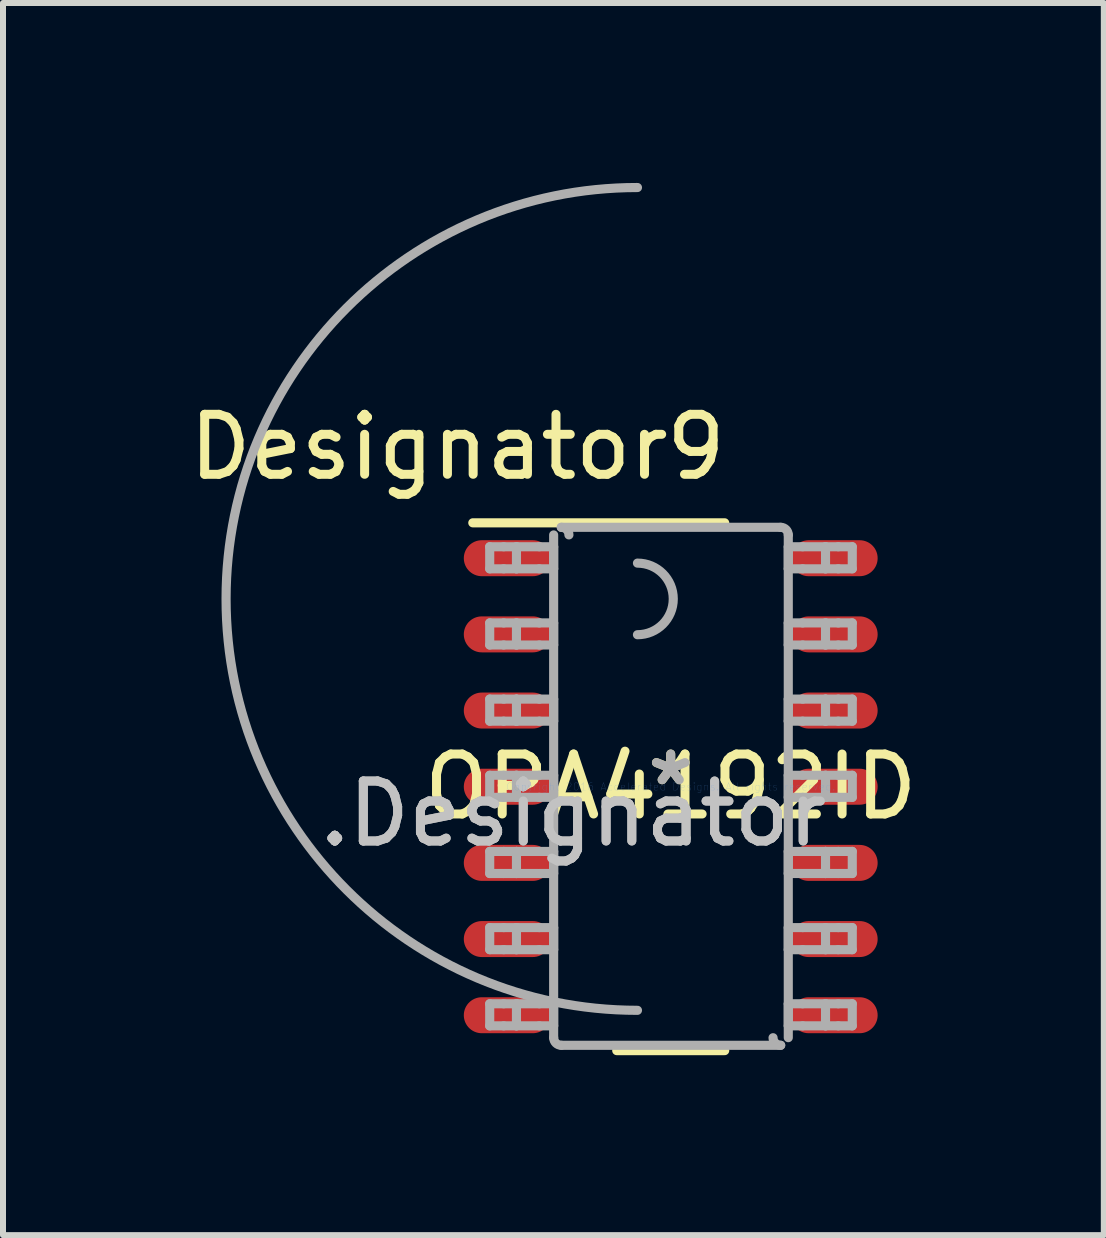
<source format=kicad_pcb>
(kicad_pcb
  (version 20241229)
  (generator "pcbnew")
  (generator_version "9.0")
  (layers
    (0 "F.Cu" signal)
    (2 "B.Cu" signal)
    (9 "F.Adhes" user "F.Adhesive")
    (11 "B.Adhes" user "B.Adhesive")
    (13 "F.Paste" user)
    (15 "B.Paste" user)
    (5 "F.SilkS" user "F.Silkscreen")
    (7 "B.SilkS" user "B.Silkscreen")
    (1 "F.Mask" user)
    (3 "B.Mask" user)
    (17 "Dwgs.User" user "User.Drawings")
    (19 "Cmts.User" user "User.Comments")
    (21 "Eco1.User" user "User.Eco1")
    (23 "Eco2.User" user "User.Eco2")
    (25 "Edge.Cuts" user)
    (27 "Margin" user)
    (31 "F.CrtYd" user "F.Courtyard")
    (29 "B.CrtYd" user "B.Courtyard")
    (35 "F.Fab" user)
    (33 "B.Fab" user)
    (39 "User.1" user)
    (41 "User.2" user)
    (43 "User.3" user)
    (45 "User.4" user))
  (footprint "OPA4192ID"
    (layer "F.Cu")
    (at 8.133 10.067)
    (property "Reference" "OPA4192ID" (at 0 0 0) (layer "F.SilkS") (effects (font (size 1 1) (thickness 0.15))))
    (attr through_hole)
    (fp_line (start -3.3 -4.4) (end 0.9 -4.4) (stroke (width 0.152) (type solid)) (layer "F.SilkS"))
    (fp_line (start -0.9 4.4) (end 0.9 4.4) (stroke (width 0.152) (type solid)) (layer "F.SilkS"))
    (fp_line (start -3.018 -4.001) (end -2.785 -4.001) (stroke (width 0.152) (type solid)) (layer "F.Fab"))
    (fp_line (start -3.018 -3.633) (end -3.018 -4.001) (stroke (width 0.152) (type solid)) (layer "F.Fab"))
    (fp_line (start -3.018 -3.633) (end -2.785 -3.633) (stroke (width 0.152) (type solid)) (layer "F.Fab"))
    (fp_line (start -3.018 -2.731) (end -2.785 -2.731) (stroke (width 0.152) (type solid)) (layer "F.Fab"))
    (fp_line (start -3.018 -2.363) (end -3.018 -2.731) (stroke (width 0.152) (type solid)) (layer "F.Fab"))
    (fp_line (start -3.018 -2.363) (end -2.785 -2.363) (stroke (width 0.152) (type solid)) (layer "F.Fab"))
    (fp_line (start -3.018 -1.461) (end -2.785 -1.461) (stroke (width 0.152) (type solid)) (layer "F.Fab"))
    (fp_line (start -3.018 -1.093) (end -3.018 -1.461) (stroke (width 0.152) (type solid)) (layer "F.Fab"))
    (fp_line (start -3.018 -1.093) (end -2.785 -1.093) (stroke (width 0.152) (type solid)) (layer "F.Fab"))
    (fp_line (start -3.018 -0.191) (end -2.785 -0.191) (stroke (width 0.152) (type solid)) (layer "F.Fab"))
    (fp_line (start -3.018 0.177) (end -3.018 -0.191) (stroke (width 0.152) (type solid)) (layer "F.Fab"))
    (fp_line (start -3.018 0.177) (end -2.785 0.177) (stroke (width 0.152) (type solid)) (layer "F.Fab"))
    (fp_line (start -3.018 1.079) (end -2.785 1.079) (stroke (width 0.152) (type solid)) (layer "F.Fab"))
    (fp_line (start -3.018 1.447) (end -3.018 1.079) (stroke (width 0.152) (type solid)) (layer "F.Fab"))
    (fp_line (start -3.018 1.447) (end -2.785 1.447) (stroke (width 0.152) (type solid)) (layer "F.Fab"))
    (fp_line (start -3.018 2.349) (end -2.785 2.349) (stroke (width 0.152) (type solid)) (layer "F.Fab"))
    (fp_line (start -3.018 2.717) (end -3.018 2.349) (stroke (width 0.152) (type solid)) (layer "F.Fab"))
    (fp_line (start -3.018 2.717) (end -2.785 2.717) (stroke (width 0.152) (type solid)) (layer "F.Fab"))
    (fp_line (start -3.018 3.619) (end -2.785 3.619) (stroke (width 0.152) (type solid)) (layer "F.Fab"))
    (fp_line (start -3.018 3.987) (end -3.018 3.619) (stroke (width 0.152) (type solid)) (layer "F.Fab"))
    (fp_line (start -3.018 3.987) (end -2.785 3.987) (stroke (width 0.152) (type solid)) (layer "F.Fab"))
    (fp_line (start -2.785 -4.001) (end -2.572 -4.001) (stroke (width 0.152) (type solid)) (layer "F.Fab"))
    (fp_line (start -2.785 -3.633) (end -2.572 -3.633) (stroke (width 0.152) (type solid)) (layer "F.Fab"))
    (fp_line (start -2.785 -2.731) (end -2.572 -2.731) (stroke (width 0.152) (type solid)) (layer "F.Fab"))
    (fp_line (start -2.785 -2.363) (end -2.572 -2.363) (stroke (width 0.152) (type solid)) (layer "F.Fab"))
    (fp_line (start -2.785 -1.461) (end -2.572 -1.461) (stroke (width 0.152) (type solid)) (layer "F.Fab"))
    (fp_line (start -2.785 -1.093) (end -2.572 -1.093) (stroke (width 0.152) (type solid)) (layer "F.Fab"))
    (fp_line (start -2.785 -0.191) (end -2.572 -0.191) (stroke (width 0.152) (type solid)) (layer "F.Fab"))
    (fp_line (start -2.785 0.177) (end -2.572 0.177) (stroke (width 0.152) (type solid)) (layer "F.Fab"))
    (fp_line (start -2.785 1.079) (end -2.572 1.079) (stroke (width 0.152) (type solid)) (layer "F.Fab"))
    (fp_line (start -2.785 1.447) (end -2.572 1.447) (stroke (width 0.152) (type solid)) (layer "F.Fab"))
    (fp_line (start -2.785 2.349) (end -2.572 2.349) (stroke (width 0.152) (type solid)) (layer "F.Fab"))
    (fp_line (start -2.785 2.717) (end -2.572 2.717) (stroke (width 0.152) (type solid)) (layer "F.Fab"))
    (fp_line (start -2.785 3.619) (end -2.572 3.619) (stroke (width 0.152) (type solid)) (layer "F.Fab"))
    (fp_line (start -2.785 3.987) (end -2.572 3.987) (stroke (width 0.152) (type solid)) (layer "F.Fab"))
    (fp_line (start -2.572 -4.001) (end -2.191 -4.001) (stroke (width 0.152) (type solid)) (layer "F.Fab"))
    (fp_line (start -2.572 -3.633) (end -2.572 -4.001) (stroke (width 0.152) (type solid)) (layer "F.Fab"))
    (fp_line (start -2.572 -3.633) (end -2.191 -3.633) (stroke (width 0.152) (type solid)) (layer "F.Fab"))
    (fp_line (start -2.572 -2.731) (end -2.191 -2.731) (stroke (width 0.152) (type solid)) (layer "F.Fab"))
    (fp_line (start -2.572 -2.363) (end -2.572 -2.731) (stroke (width 0.152) (type solid)) (layer "F.Fab"))
    (fp_line (start -2.572 -2.363) (end -2.191 -2.363) (stroke (width 0.152) (type solid)) (layer "F.Fab"))
    (fp_line (start -2.572 -1.461) (end -2.191 -1.461) (stroke (width 0.152) (type solid)) (layer "F.Fab"))
    (fp_line (start -2.572 -1.093) (end -2.572 -1.461) (stroke (width 0.152) (type solid)) (layer "F.Fab"))
    (fp_line (start -2.572 -1.093) (end -2.191 -1.093) (stroke (width 0.152) (type solid)) (layer "F.Fab"))
    (fp_line (start -2.572 -0.191) (end -2.191 -0.191) (stroke (width 0.152) (type solid)) (layer "F.Fab"))
    (fp_line (start -2.572 0.177) (end -2.572 -0.191) (stroke (width 0.152) (type solid)) (layer "F.Fab"))
    (fp_line (start -2.572 0.177) (end -2.191 0.177) (stroke (width 0.152) (type solid)) (layer "F.Fab"))
    (fp_line (start -2.572 1.079) (end -2.191 1.079) (stroke (width 0.152) (type solid)) (layer "F.Fab"))
    (fp_line (start -2.572 1.447) (end -2.572 1.079) (stroke (width 0.152) (type solid)) (layer "F.Fab"))
    (fp_line (start -2.572 1.447) (end -2.191 1.447) (stroke (width 0.152) (type solid)) (layer "F.Fab"))
    (fp_line (start -2.572 2.349) (end -2.191 2.349) (stroke (width 0.152) (type solid)) (layer "F.Fab"))
    (fp_line (start -2.572 2.717) (end -2.572 2.349) (stroke (width 0.152) (type solid)) (layer "F.Fab"))
    (fp_line (start -2.572 2.717) (end -2.191 2.717) (stroke (width 0.152) (type solid)) (layer "F.Fab"))
    (fp_line (start -2.572 3.619) (end -2.191 3.619) (stroke (width 0.152) (type solid)) (layer "F.Fab"))
    (fp_line (start -2.572 3.987) (end -2.572 3.619) (stroke (width 0.152) (type solid)) (layer "F.Fab"))
    (fp_line (start -2.572 3.987) (end -2.191 3.987) (stroke (width 0.152) (type solid)) (layer "F.Fab"))
    (fp_line (start -2.191 -4.001) (end -1.952 -4.001) (stroke (width 0.152) (type solid)) (layer "F.Fab"))
    (fp_line (start -2.191 -3.633) (end -1.952 -3.633) (stroke (width 0.152) (type solid)) (layer "F.Fab"))
    (fp_line (start -2.191 -2.731) (end -1.952 -2.731) (stroke (width 0.152) (type solid)) (layer "F.Fab"))
    (fp_line (start -2.191 -2.363) (end -1.952 -2.363) (stroke (width 0.152) (type solid)) (layer "F.Fab"))
    (fp_line (start -2.191 -1.461) (end -1.952 -1.461) (stroke (width 0.152) (type solid)) (layer "F.Fab"))
    (fp_line (start -2.191 -1.093) (end -1.952 -1.093) (stroke (width 0.152) (type solid)) (layer "F.Fab"))
    (fp_line (start -2.191 -0.191) (end -1.952 -0.191) (stroke (width 0.152) (type solid)) (layer "F.Fab"))
    (fp_line (start -2.191 0.177) (end -1.952 0.177) (stroke (width 0.152) (type solid)) (layer "F.Fab"))
    (fp_line (start -2.191 1.079) (end -1.952 1.079) (stroke (width 0.152) (type solid)) (layer "F.Fab"))
    (fp_line (start -2.191 1.447) (end -1.952 1.447) (stroke (width 0.152) (type solid)) (layer "F.Fab"))
    (fp_line (start -2.191 2.349) (end -1.952 2.349) (stroke (width 0.152) (type solid)) (layer "F.Fab"))
    (fp_line (start -2.191 2.717) (end -1.952 2.717) (stroke (width 0.152) (type solid)) (layer "F.Fab"))
    (fp_line (start -2.191 3.619) (end -1.952 3.619) (stroke (width 0.152) (type solid)) (layer "F.Fab"))
    (fp_line (start -2.191 3.987) (end -1.952 3.987) (stroke (width 0.152) (type solid)) (layer "F.Fab"))
    (fp_line (start -1.952 -3.633) (end -1.952 -4.001) (stroke (width 0.152) (type solid)) (layer "F.Fab"))
    (fp_line (start -1.952 -2.363) (end -1.952 -2.731) (stroke (width 0.152) (type solid)) (layer "F.Fab"))
    (fp_line (start -1.952 -1.093) (end -1.952 -1.461) (stroke (width 0.152) (type solid)) (layer "F.Fab"))
    (fp_line (start -1.952 0.177) (end -1.952 -0.191) (stroke (width 0.152) (type solid)) (layer "F.Fab"))
    (fp_line (start -1.952 1.447) (end -1.952 1.079) (stroke (width 0.152) (type solid)) (layer "F.Fab"))
    (fp_line (start -1.952 2.717) (end -1.952 2.349) (stroke (width 0.152) (type solid)) (layer "F.Fab"))
    (fp_line (start -1.952 3.987) (end -1.952 3.619) (stroke (width 0.152) (type solid)) (layer "F.Fab"))
    (fp_line (start -1.952 4.184) (end -1.952 -4.198) (stroke (width 0.152) (type solid)) (layer "F.Fab"))
    (fp_line (start -1.825 -4.325) (end 1.834 -4.325) (stroke (width 0.152) (type solid)) (layer "F.Fab"))
    (fp_line (start -1.825 4.311) (end 1.834 4.311) (stroke (width 0.152) (type solid)) (layer "F.Fab"))
    (fp_line (start 1.96 -4.001) (end 2.2 -4.001) (stroke (width 0.152) (type solid)) (layer "F.Fab"))
    (fp_line (start 1.96 -3.633) (end 1.96 -4.001) (stroke (width 0.152) (type solid)) (layer "F.Fab"))
    (fp_line (start 1.96 -3.633) (end 2.2 -3.633) (stroke (width 0.152) (type solid)) (layer "F.Fab"))
    (fp_line (start 1.96 -2.731) (end 2.2 -2.731) (stroke (width 0.152) (type solid)) (layer "F.Fab"))
    (fp_line (start 1.96 -2.363) (end 1.96 -2.731) (stroke (width 0.152) (type solid)) (layer "F.Fab"))
    (fp_line (start 1.96 -2.363) (end 2.2 -2.363) (stroke (width 0.152) (type solid)) (layer "F.Fab"))
    (fp_line (start 1.96 -1.461) (end 2.2 -1.461) (stroke (width 0.152) (type solid)) (layer "F.Fab"))
    (fp_line (start 1.96 -1.093) (end 1.96 -1.461) (stroke (width 0.152) (type solid)) (layer "F.Fab"))
    (fp_line (start 1.96 -1.093) (end 2.2 -1.093) (stroke (width 0.152) (type solid)) (layer "F.Fab"))
    (fp_line (start 1.96 -0.191) (end 2.2 -0.191) (stroke (width 0.152) (type solid)) (layer "F.Fab"))
    (fp_line (start 1.96 0.177) (end 1.96 -0.191) (stroke (width 0.152) (type solid)) (layer "F.Fab"))
    (fp_line (start 1.96 0.177) (end 2.2 0.177) (stroke (width 0.152) (type solid)) (layer "F.Fab"))
    (fp_line (start 1.96 1.079) (end 2.2 1.079) (stroke (width 0.152) (type solid)) (layer "F.Fab"))
    (fp_line (start 1.96 1.447) (end 1.96 1.079) (stroke (width 0.152) (type solid)) (layer "F.Fab"))
    (fp_line (start 1.96 1.447) (end 2.2 1.447) (stroke (width 0.152) (type solid)) (layer "F.Fab"))
    (fp_line (start 1.96 2.349) (end 2.2 2.349) (stroke (width 0.152) (type solid)) (layer "F.Fab"))
    (fp_line (start 1.96 2.717) (end 1.96 2.349) (stroke (width 0.152) (type solid)) (layer "F.Fab"))
    (fp_line (start 1.96 2.717) (end 2.2 2.717) (stroke (width 0.152) (type solid)) (layer "F.Fab"))
    (fp_line (start 1.96 3.619) (end 2.2 3.619) (stroke (width 0.152) (type solid)) (layer "F.Fab"))
    (fp_line (start 1.96 3.987) (end 1.96 3.619) (stroke (width 0.152) (type solid)) (layer "F.Fab"))
    (fp_line (start 1.96 3.987) (end 2.2 3.987) (stroke (width 0.152) (type solid)) (layer "F.Fab"))
    (fp_line (start 1.96 4.184) (end 1.96 -4.198) (stroke (width 0.152) (type solid)) (layer "F.Fab"))
    (fp_line (start 2.2 -4.001) (end 2.581 -4.001) (stroke (width 0.152) (type solid)) (layer "F.Fab"))
    (fp_line (start 2.2 -3.633) (end 2.581 -3.633) (stroke (width 0.152) (type solid)) (layer "F.Fab"))
    (fp_line (start 2.2 -2.731) (end 2.581 -2.731) (stroke (width 0.152) (type solid)) (layer "F.Fab"))
    (fp_line (start 2.2 -2.363) (end 2.581 -2.363) (stroke (width 0.152) (type solid)) (layer "F.Fab"))
    (fp_line (start 2.2 -1.461) (end 2.581 -1.461) (stroke (width 0.152) (type solid)) (layer "F.Fab"))
    (fp_line (start 2.2 -1.093) (end 2.581 -1.093) (stroke (width 0.152) (type solid)) (layer "F.Fab"))
    (fp_line (start 2.2 -0.191) (end 2.581 -0.191) (stroke (width 0.152) (type solid)) (layer "F.Fab"))
    (fp_line (start 2.2 0.177) (end 2.581 0.177) (stroke (width 0.152) (type solid)) (layer "F.Fab"))
    (fp_line (start 2.2 1.079) (end 2.581 1.079) (stroke (width 0.152) (type solid)) (layer "F.Fab"))
    (fp_line (start 2.2 1.447) (end 2.581 1.447) (stroke (width 0.152) (type solid)) (layer "F.Fab"))
    (fp_line (start 2.2 2.349) (end 2.581 2.349) (stroke (width 0.152) (type solid)) (layer "F.Fab"))
    (fp_line (start 2.2 2.717) (end 2.581 2.717) (stroke (width 0.152) (type solid)) (layer "F.Fab"))
    (fp_line (start 2.2 3.619) (end 2.581 3.619) (stroke (width 0.152) (type solid)) (layer "F.Fab"))
    (fp_line (start 2.2 3.987) (end 2.581 3.987) (stroke (width 0.152) (type solid)) (layer "F.Fab"))
    (fp_line (start 2.581 -4.001) (end 2.794 -4.001) (stroke (width 0.152) (type solid)) (layer "F.Fab"))
    (fp_line (start 2.581 -3.633) (end 2.581 -4.001) (stroke (width 0.152) (type solid)) (layer "F.Fab"))
    (fp_line (start 2.581 -3.633) (end 2.794 -3.633) (stroke (width 0.152) (type solid)) (layer "F.Fab"))
    (fp_line (start 2.581 -2.731) (end 2.794 -2.731) (stroke (width 0.152) (type solid)) (layer "F.Fab"))
    (fp_line (start 2.581 -2.363) (end 2.581 -2.731) (stroke (width 0.152) (type solid)) (layer "F.Fab"))
    (fp_line (start 2.581 -2.363) (end 2.794 -2.363) (stroke (width 0.152) (type solid)) (layer "F.Fab"))
    (fp_line (start 2.581 -1.461) (end 2.794 -1.461) (stroke (width 0.152) (type solid)) (layer "F.Fab"))
    (fp_line (start 2.581 -1.093) (end 2.581 -1.461) (stroke (width 0.152) (type solid)) (layer "F.Fab"))
    (fp_line (start 2.581 -1.093) (end 2.794 -1.093) (stroke (width 0.152) (type solid)) (layer "F.Fab"))
    (fp_line (start 2.581 -0.191) (end 2.794 -0.191) (stroke (width 0.152) (type solid)) (layer "F.Fab"))
    (fp_line (start 2.581 0.177) (end 2.581 -0.191) (stroke (width 0.152) (type solid)) (layer "F.Fab"))
    (fp_line (start 2.581 0.177) (end 2.794 0.177) (stroke (width 0.152) (type solid)) (layer "F.Fab"))
    (fp_line (start 2.581 1.079) (end 2.794 1.079) (stroke (width 0.152) (type solid)) (layer "F.Fab"))
    (fp_line (start 2.581 1.447) (end 2.581 1.079) (stroke (width 0.152) (type solid)) (layer "F.Fab"))
    (fp_line (start 2.581 1.447) (end 2.794 1.447) (stroke (width 0.152) (type solid)) (layer "F.Fab"))
    (fp_line (start 2.581 2.349) (end 2.794 2.349) (stroke (width 0.152) (type solid)) (layer "F.Fab"))
    (fp_line (start 2.581 2.717) (end 2.581 2.349) (stroke (width 0.152) (type solid)) (layer "F.Fab"))
    (fp_line (start 2.581 2.717) (end 2.794 2.717) (stroke (width 0.152) (type solid)) (layer "F.Fab"))
    (fp_line (start 2.581 3.619) (end 2.794 3.619) (stroke (width 0.152) (type solid)) (layer "F.Fab"))
    (fp_line (start 2.581 3.987) (end 2.581 3.619) (stroke (width 0.152) (type solid)) (layer "F.Fab"))
    (fp_line (start 2.581 3.987) (end 2.794 3.987) (stroke (width 0.152) (type solid)) (layer "F.Fab"))
    (fp_line (start 2.794 -4.001) (end 3.027 -4.001) (stroke (width 0.152) (type solid)) (layer "F.Fab"))
    (fp_line (start 2.794 -3.633) (end 3.027 -3.633) (stroke (width 0.152) (type solid)) (layer "F.Fab"))
    (fp_line (start 2.794 -2.731) (end 3.027 -2.731) (stroke (width 0.152) (type solid)) (layer "F.Fab"))
    (fp_line (start 2.794 -2.363) (end 3.027 -2.363) (stroke (width 0.152) (type solid)) (layer "F.Fab"))
    (fp_line (start 2.794 -1.461) (end 3.027 -1.461) (stroke (width 0.152) (type solid)) (layer "F.Fab"))
    (fp_line (start 2.794 -1.093) (end 3.027 -1.093) (stroke (width 0.152) (type solid)) (layer "F.Fab"))
    (fp_line (start 2.794 -0.191) (end 3.027 -0.191) (stroke (width 0.152) (type solid)) (layer "F.Fab"))
    (fp_line (start 2.794 0.177) (end 3.027 0.177) (stroke (width 0.152) (type solid)) (layer "F.Fab"))
    (fp_line (start 2.794 1.079) (end 3.027 1.079) (stroke (width 0.152) (type solid)) (layer "F.Fab"))
    (fp_line (start 2.794 1.447) (end 3.027 1.447) (stroke (width 0.152) (type solid)) (layer "F.Fab"))
    (fp_line (start 2.794 2.349) (end 3.027 2.349) (stroke (width 0.152) (type solid)) (layer "F.Fab"))
    (fp_line (start 2.794 2.717) (end 3.027 2.717) (stroke (width 0.152) (type solid)) (layer "F.Fab"))
    (fp_line (start 2.794 3.619) (end 3.027 3.619) (stroke (width 0.152) (type solid)) (layer "F.Fab"))
    (fp_line (start 2.794 3.987) (end 3.027 3.987) (stroke (width 0.152) (type solid)) (layer "F.Fab"))
    (fp_line (start 3.027 -3.633) (end 3.027 -4.001) (stroke (width 0.152) (type solid)) (layer "F.Fab"))
    (fp_line (start 3.027 -2.363) (end 3.027 -2.731) (stroke (width 0.152) (type solid)) (layer "F.Fab"))
    (fp_line (start 3.027 -1.093) (end 3.027 -1.461) (stroke (width 0.152) (type solid)) (layer "F.Fab"))
    (fp_line (start 3.027 0.177) (end 3.027 -0.191) (stroke (width 0.152) (type solid)) (layer "F.Fab"))
    (fp_line (start 3.027 1.447) (end 3.027 1.079) (stroke (width 0.152) (type solid)) (layer "F.Fab"))
    (fp_line (start 3.027 2.717) (end 3.027 2.349) (stroke (width 0.152) (type solid)) (layer "F.Fab"))
    (fp_line (start 3.027 3.987) (end 3.027 3.619) (stroke (width 0.152) (type solid)) (layer "F.Fab"))
    (fp_arc (start -1.824538 4.311) (mid -1.914008 4.274136) (end -1.951539 4.184943) (stroke (width 0.1524) (type solid)) (layer "F.Fab"))
    (fp_arc (start -1.824525 -4.325) (mid -1.735046 -4.288132) (end -1.697511 -4.19893) (stroke (width 0.1524) (type solid)) (layer "F.Fab"))
    (fp_arc (start -0.554543 -3.7281) (mid 0.042357 -3.1312) (end -0.554543 -2.5343) (stroke (width 0.1524) (type solid)) (layer "F.Fab"))
    (fp_arc (start -0.554543 3.7281) (mid -7.413843 -3.1312) (end -0.554543 -9.9905) (stroke (width 0.1524) (type solid)) (layer "F.Fab"))
    (fp_arc (start 1.833052 -4.325) (mid 1.922522 -4.288136) (end 1.960053 -4.198943) (stroke (width 0.1524) (type solid)) (layer "F.Fab"))
    (fp_arc (start 1.833065 4.311) (mid 1.743603 4.274139) (end 1.706076 4.184955) (stroke (width 0.1524) (type solid)) (layer "F.Fab"))
    (fp_text user "Designator9" (at -3.556 -5.664 0) (layer "F.SilkS") (effects (font (size 1 1) (thickness 0.15))))
    (fp_text user "*" (at 0 0 0) (layer "F.SilkS") (effects (font (size 1 1) (thickness 0.15))))
    (fp_text user ".Designator" (at -1.625 0.45 0) (layer "Dwgs.User") (effects (font (size 1 1) (thickness 0.15))))
    (fp_text user "Copyright 2016 Accelerated Designs. All rights reserved." (at 0 0 0) (layer "Cmts.User") (effects (font (size 0.127 0.127) (thickness 0.002))))
    (fp_text user ".Designator" (at -1.625 0.45 0) (layer "F.Fab") (effects (font (size 1 1) (thickness 0.15))))
    (fp_text user "*" (at 0 0 0) (layer "F.Fab") (effects (font (size 1 1) (thickness 0.15))))
    (pad "1" smd oval (at -2.725 -3.81 90) (size 0.6 1.45) (layers "F.Cu" "F.Mask" "F.Paste"))
    (pad "2" smd oval (at -2.725 -2.54 90) (size 0.6 1.45) (layers "F.Cu" "F.Mask" "F.Paste"))
    (pad "3" smd oval (at -2.725 -1.27 90) (size 0.6 1.45) (layers "F.Cu" "F.Mask" "F.Paste"))
    (pad "4" smd oval (at -2.725 0 90) (size 0.6 1.45) (layers "F.Cu" "F.Mask" "F.Paste"))
    (pad "5" smd oval (at -2.725 1.27 90) (size 0.6 1.45) (layers "F.Cu" "F.Mask" "F.Paste"))
    (pad "6" smd oval (at -2.725 2.54 90) (size 0.6 1.45) (layers "F.Cu" "F.Mask" "F.Paste"))
    (pad "7" smd oval (at -2.725 3.81 90) (size 0.6 1.45) (layers "F.Cu" "F.Mask" "F.Paste"))
    (pad "8" smd oval (at 2.725 3.81 90) (size 0.6 1.45) (layers "F.Cu" "F.Mask" "F.Paste"))
    (pad "9" smd oval (at 2.725 2.54 90) (size 0.6 1.45) (layers "F.Cu" "F.Mask" "F.Paste"))
    (pad "10" smd oval (at 2.725 1.27 90) (size 0.6 1.45) (layers "F.Cu" "F.Mask" "F.Paste"))
    (pad "11" smd oval (at 2.725 0 90) (size 0.6 1.45) (layers "F.Cu" "F.Mask" "F.Paste"))
    (pad "12" smd oval (at 2.725 -1.27 90) (size 0.6 1.45) (layers "F.Cu" "F.Mask" "F.Paste"))
    (pad "13" smd oval (at 2.725 -2.54 90) (size 0.6 1.45) (layers "F.Cu" "F.Mask" "F.Paste"))
    (pad "14" smd oval (at 2.725 -3.81 90) (size 0.6 1.45) (layers "F.Cu" "F.Mask" "F.Paste")))
  (gr_rect
    (start -3 -3)
    (end 15.354 17.543)
    (stroke (width 0.1) (type default))
    (fill no)
    (layer "Edge.Cuts")))
</source>
